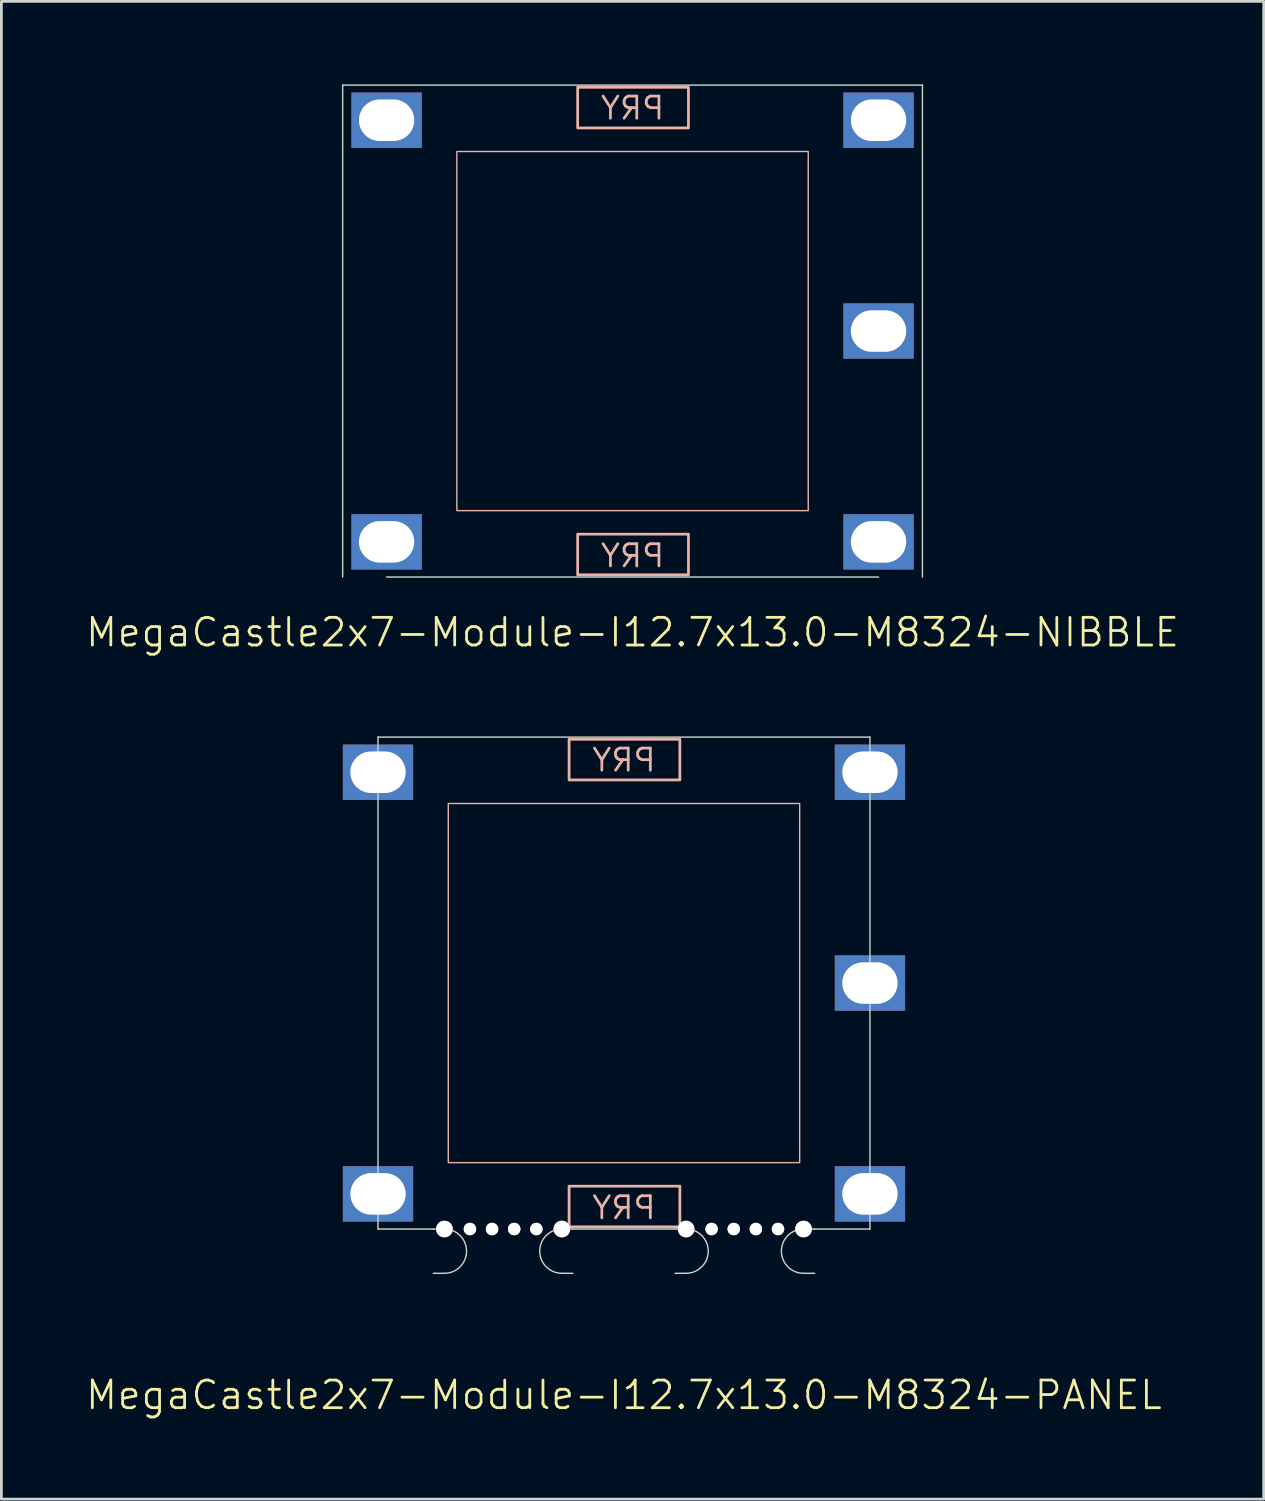
<source format=kicad_pcb>
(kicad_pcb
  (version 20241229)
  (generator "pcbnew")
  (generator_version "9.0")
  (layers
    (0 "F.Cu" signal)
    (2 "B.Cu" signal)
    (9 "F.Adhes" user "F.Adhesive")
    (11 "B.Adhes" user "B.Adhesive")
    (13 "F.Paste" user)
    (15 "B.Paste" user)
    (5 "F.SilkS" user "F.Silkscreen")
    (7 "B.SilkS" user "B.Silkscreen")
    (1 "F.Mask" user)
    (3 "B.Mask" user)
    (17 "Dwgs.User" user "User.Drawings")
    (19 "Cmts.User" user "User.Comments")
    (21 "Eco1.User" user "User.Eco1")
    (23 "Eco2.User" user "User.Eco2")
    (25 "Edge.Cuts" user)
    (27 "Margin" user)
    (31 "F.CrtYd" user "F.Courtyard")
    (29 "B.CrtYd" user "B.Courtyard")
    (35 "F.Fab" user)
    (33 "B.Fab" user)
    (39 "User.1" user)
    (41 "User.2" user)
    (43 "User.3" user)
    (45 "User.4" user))
  (footprint "MegaCastle2x7-Module-I12.7x13.0-M8324-NIBBLE"
    (layer "F.Cu")
    (at 19.812 8.915)
    (property "Reference" "MegaCastle2x7-Module-I12.7x13.0-M8324-NIBBLE" (at 0 10.89 0) (unlocked yes) (layer "F.SilkS") (effects (font (size 1 1) (thickness 0.1))))
    (attr smd)
    (fp_rect (start -6.35 6.49) (end 6.35 -6.49) (stroke (width 0.05) (type default)) (fill no) (layer "B.SilkS"))
    (fp_rect (start -1.984 -7.341) (end 2.02 -8.81) (stroke (width 0.1) (type default)) (fill no) (layer "B.SilkS"))
    (fp_rect (start -1.984 7.341) (end 2.02 8.81) (stroke (width 0.1) (type default)) (fill no) (layer "B.SilkS"))
    (fp_line (start -10.477 -8.89) (end -10.477 8.89) (stroke (width 0.05) (type default)) (layer "Edge.Cuts"))
    (fp_line (start -10.477 -8.89) (end 10.477 -8.89) (stroke (width 0.05) (type default)) (layer "Edge.Cuts"))
    (fp_line (start -8.89 8.89) (end 8.89 8.89) (stroke (width 0.05) (type default)) (layer "Edge.Cuts"))
    (fp_line (start 10.477 -8.89) (end 10.477 8.89) (stroke (width 0.05) (type default)) (layer "Edge.Cuts"))
    (fp_text user "PRY" (at 0 -7.59 0) (unlocked yes) (layer "B.SilkS") (effects (font (size 0.8 0.8) (thickness 0.1)) (justify bottom mirror)))
    (fp_text user "PRY" (at 0 8.59 0) (unlocked yes) (layer "B.SilkS") (effects (font (size 0.8 0.8) (thickness 0.1)) (justify bottom mirror)))
    (pad "1" thru_hole rect (at -8.89 -7.62) (size 2.54 2) (drill oval 2 1.5) (property pad_prop_castellated) (layers "*.Cu" "*.Mask"))
    (pad "7" thru_hole rect (at -8.89 7.62) (size 2.54 2) (drill oval 2 1.5) (property pad_prop_castellated) (layers "*.Cu" "*.Mask"))
    (pad "8" thru_hole rect (at 8.89 -7.62) (size 2.54 2) (drill oval 2 1.5) (property pad_prop_castellated) (layers "*.Cu" "*.Mask"))
    (pad "11" thru_hole rect (at 8.89 0) (size 2.54 2) (drill oval 2 1.5) (property pad_prop_castellated) (layers "*.Cu" "*.Mask"))
    (pad "14" thru_hole rect (at 8.89 7.62) (size 2.54 2) (drill oval 2 1.5) (property pad_prop_castellated) (layers "*.Cu" "*.Mask"))
    (zone (net_name "") (layer "B.Cu") (hatch edge 0.5) (connect_pads) (min_thickness 0.25) (filled_areas_thickness no) (keepout (tracks allowed) (vias allowed) (pads allowed) (copperpour allowed) (footprints not_allowed)) (placement (enabled no)) (fill) (polygon (pts (xy 10.922 17.805) (xy 10.922 0.025) (xy 13.462 0.025) (xy 13.462 17.805))))
    (zone (net_name "") (layer "B.Cu") (hatch edge 0.5) (connect_pads) (min_thickness 0.25) (filled_areas_thickness no) (keepout (tracks allowed) (vias allowed) (pads allowed) (copperpour allowed) (footprints not_allowed)) (placement (enabled no)) (fill) (polygon (pts (xy 13.462 0.025) (xy 13.462 2.425) (xy 26.162 2.425) (xy 26.162 0.025))))
    (zone (net_name "") (layer "B.Cu") (hatch edge 0.5) (connect_pads) (min_thickness 0.25) (filled_areas_thickness no) (keepout (tracks allowed) (vias allowed) (pads allowed) (copperpour allowed) (footprints not_allowed)) (placement (enabled no)) (fill) (polygon (pts (xy 13.462 17.805) (xy 13.462 15.405) (xy 26.162 15.405) (xy 26.162 17.805))))
    (zone (net_name "") (layer "B.Cu") (name "Upper Pry Zone") (hatch edge 0.5) (connect_pads) (min_thickness 0.25) (filled_areas_thickness no) (keepout (tracks not_allowed) (vias not_allowed) (pads not_allowed) (copperpour allowed) (footprints not_allowed)) (placement (enabled no)) (fill) (polygon (pts (xy 17.828 1.574) (xy 17.828 0.105) (xy 21.831 0.105) (xy 21.831 1.574))))
    (zone (net_name "") (layer "B.Cu") (name "Upper Pry Zone") (hatch edge 0.5) (connect_pads) (min_thickness 0.25) (filled_areas_thickness no) (keepout (tracks not_allowed) (vias not_allowed) (pads not_allowed) (copperpour allowed) (footprints not_allowed)) (placement (enabled no)) (fill) (polygon (pts (xy 17.828 16.256) (xy 17.828 17.725) (xy 21.831 17.725) (xy 21.831 16.256))))
    (zone (net_name "") (layer "B.Cu") (hatch edge 0.5) (connect_pads) (min_thickness 0.25) (filled_areas_thickness no) (keepout (tracks allowed) (vias allowed) (pads allowed) (copperpour allowed) (footprints not_allowed)) (placement (enabled no)) (fill) (polygon (pts (xy 28.702 17.805) (xy 28.702 0.025) (xy 26.162 0.025) (xy 26.162 17.805)))))
  (footprint "MegaCastle2x7-Module-I12.7x13.0-M8324-PANEL"
    (layer "F.Cu")
    (at 19.502 32.48)
    (property "Reference" "MegaCastle2x7-Module-I12.7x13.0-M8324-PANEL" (at 0 14.89 0) (unlocked yes) (layer "F.SilkS") (effects (font (size 1 1) (thickness 0.1))))
    (attr smd)
    (fp_rect (start -6.35 6.49) (end 6.35 -6.49) (stroke (width 0.05) (type default)) (fill no) (layer "B.SilkS"))
    (fp_rect (start -1.984 -7.341) (end 2.02 -8.81) (stroke (width 0.1) (type default)) (fill no) (layer "B.SilkS"))
    (fp_rect (start -1.984 7.341) (end 2.02 8.81) (stroke (width 0.1) (type default)) (fill no) (layer "B.SilkS"))
    (fp_line (start -8.89 -8.89) (end -8.89 8.89) (stroke (width 0.05) (type default)) (layer "Edge.Cuts"))
    (fp_line (start -8.89 -8.89) (end 8.89 -8.89) (stroke (width 0.05) (type default)) (layer "Edge.Cuts"))
    (fp_line (start -8.89 8.89) (end -6.89 8.89) (stroke (width 0.05) (type default)) (layer "Edge.Cuts"))
    (fp_line (start -6.89 8.89) (end -6.49 8.89) (stroke (width 0.05) (type default)) (layer "Edge.Cuts"))
    (fp_line (start -6.89 10.49) (end -6.49 10.49) (stroke (width 0.05) (type default)) (layer "Edge.Cuts"))
    (fp_line (start -1.845 8.89) (end -2.245 8.89) (stroke (width 0.05) (type default)) (layer "Edge.Cuts"))
    (fp_line (start -1.845 8.89) (end 1.845 8.89) (stroke (width 0.05) (type default)) (layer "Edge.Cuts"))
    (fp_line (start -1.845 10.49) (end -2.245 10.49) (stroke (width 0.05) (type default)) (layer "Edge.Cuts"))
    (fp_line (start 1.845 8.89) (end 2.245 8.89) (stroke (width 0.05) (type default)) (layer "Edge.Cuts"))
    (fp_line (start 1.845 10.49) (end 2.245 10.49) (stroke (width 0.05) (type default)) (layer "Edge.Cuts"))
    (fp_line (start 6.89 8.89) (end 6.49 8.89) (stroke (width 0.05) (type default)) (layer "Edge.Cuts"))
    (fp_line (start 6.89 8.89) (end 8.89 8.89) (stroke (width 0.05) (type default)) (layer "Edge.Cuts"))
    (fp_line (start 6.89 10.49) (end 6.49 10.49) (stroke (width 0.05) (type default)) (layer "Edge.Cuts"))
    (fp_line (start 8.89 -8.89) (end 8.89 8.89) (stroke (width 0.05) (type default)) (layer "Edge.Cuts"))
    (fp_arc (start -6.49 8.89) (mid -5.69 9.69) (end -6.49 10.49) (stroke (width 0.05) (type default)) (layer "Edge.Cuts"))
    (fp_arc (start -2.245 10.49) (mid -3.045 9.69) (end -2.245 8.89) (stroke (width 0.05) (type default)) (layer "Edge.Cuts"))
    (fp_arc (start 2.245 8.89) (mid 3.045 9.69) (end 2.245 10.49) (stroke (width 0.05) (type default)) (layer "Edge.Cuts"))
    (fp_arc (start 6.49 10.49) (mid 5.69 9.69) (end 6.49 8.89) (stroke (width 0.05) (type default)) (layer "Edge.Cuts"))
    (fp_text user "PRY" (at 0 8.59 0) (unlocked yes) (layer "B.SilkS") (effects (font (size 0.8 0.8) (thickness 0.1)) (justify bottom mirror)))
    (fp_text user "PRY" (at 0 -7.59 0) (unlocked yes) (layer "B.SilkS") (effects (font (size 0.8 0.8) (thickness 0.1)) (justify bottom mirror)))
    (pad "" np_thru_hole circle (at -6.49 8.89) (size 0.6 0.6) (drill 0.6) (layers "*.Cu" "Edge.Cuts"))
    (pad "" np_thru_hole circle (at -5.567 8.89) (size 0.45 0.45) (drill 0.45) (layers "*.Cu" "Edge.Cuts"))
    (pad "" np_thru_hole circle (at -4.768 8.89) (size 0.45 0.45) (drill 0.45) (layers "*.Cu" "Edge.Cuts"))
    (pad "" np_thru_hole circle (at -3.967 8.89) (size 0.45 0.45) (drill 0.45) (layers "*.Cu" "Edge.Cuts"))
    (pad "" np_thru_hole circle (at -3.167 8.89) (size 0.45 0.45) (drill 0.45) (layers "*.Cu" "Edge.Cuts"))
    (pad "" np_thru_hole circle (at -2.245 8.89) (size 0.6 0.6) (drill 0.6) (layers "*.Cu" "Edge.Cuts"))
    (pad "" np_thru_hole circle (at 2.245 8.89) (size 0.6 0.6) (drill 0.6) (layers "*.Cu" "Edge.Cuts"))
    (pad "" np_thru_hole circle (at 3.167 8.89) (size 0.45 0.45) (drill 0.45) (layers "*.Cu" "Edge.Cuts"))
    (pad "" np_thru_hole circle (at 3.967 8.89) (size 0.45 0.45) (drill 0.45) (layers "*.Cu" "Edge.Cuts"))
    (pad "" np_thru_hole circle (at 4.767 8.89) (size 0.45 0.45) (drill 0.45) (layers "*.Cu" "Edge.Cuts"))
    (pad "" np_thru_hole circle (at 5.567 8.89) (size 0.45 0.45) (drill 0.45) (layers "*.Cu" "Edge.Cuts"))
    (pad "" np_thru_hole circle (at 6.49 8.89) (size 0.6 0.6) (drill 0.6) (layers "*.Cu" "Edge.Cuts"))
    (pad "1" thru_hole rect (at -8.89 -7.62) (size 2.54 2) (drill oval 2 1.5) (property pad_prop_castellated) (layers "*.Cu" "*.Mask"))
    (pad "7" thru_hole rect (at -8.89 7.62) (size 2.54 2) (drill oval 2 1.5) (property pad_prop_castellated) (layers "*.Cu" "*.Mask"))
    (pad "8" thru_hole rect (at 8.89 -7.62) (size 2.54 2) (drill oval 2 1.5) (property pad_prop_castellated) (layers "*.Cu" "*.Mask"))
    (pad "11" thru_hole rect (at 8.89 0) (size 2.54 2) (drill oval 2 1.5) (property pad_prop_castellated) (layers "*.Cu" "*.Mask"))
    (pad "14" thru_hole rect (at 8.89 7.62) (size 2.54 2) (drill oval 2 1.5) (property pad_prop_castellated) (layers "*.Cu" "*.Mask"))
    (zone (net_name "") (layer "B.Cu") (hatch edge 0.5) (connect_pads) (min_thickness 0.25) (filled_areas_thickness no) (keepout (tracks allowed) (vias allowed) (pads allowed) (copperpour allowed) (footprints not_allowed)) (placement (enabled no)) (fill) (polygon (pts (xy 10.612 41.37) (xy 10.612 23.59) (xy 13.152 23.59) (xy 13.152 41.37))))
    (zone (net_name "") (layer "B.Cu") (hatch edge 0.5) (connect_pads) (min_thickness 0.25) (filled_areas_thickness no) (keepout (tracks allowed) (vias allowed) (pads allowed) (copperpour allowed) (footprints not_allowed)) (placement (enabled no)) (fill) (polygon (pts (xy 13.152 23.59) (xy 13.152 25.991) (xy 25.852 25.991) (xy 25.852 23.59))))
    (zone (net_name "") (layer "B.Cu") (hatch edge 0.5) (connect_pads) (min_thickness 0.25) (filled_areas_thickness no) (keepout (tracks allowed) (vias allowed) (pads allowed) (copperpour allowed) (footprints not_allowed)) (placement (enabled no)) (fill) (polygon (pts (xy 13.152 41.37) (xy 13.152 38.971) (xy 25.852 38.971) (xy 25.852 41.37))))
    (zone (net_name "") (layer "B.Cu") (name "Upper Pry Zone") (hatch edge 0.5) (connect_pads) (min_thickness 0.25) (filled_areas_thickness no) (keepout (tracks not_allowed) (vias not_allowed) (pads not_allowed) (copperpour allowed) (footprints not_allowed)) (placement (enabled no)) (fill) (polygon (pts (xy 17.518 25.139) (xy 17.518 23.671) (xy 21.522 23.671) (xy 21.522 25.139))))
    (zone (net_name "") (layer "B.Cu") (name "Upper Pry Zone") (hatch edge 0.5) (connect_pads) (min_thickness 0.25) (filled_areas_thickness no) (keepout (tracks not_allowed) (vias not_allowed) (pads not_allowed) (copperpour allowed) (footprints not_allowed)) (placement (enabled no)) (fill) (polygon (pts (xy 17.518 39.822) (xy 17.518 41.291) (xy 21.522 41.291) (xy 21.522 39.822))))
    (zone (net_name "") (layer "B.Cu") (hatch edge 0.5) (connect_pads) (min_thickness 0.25) (filled_areas_thickness no) (keepout (tracks allowed) (vias allowed) (pads allowed) (copperpour allowed) (footprints not_allowed)) (placement (enabled no)) (fill) (polygon (pts (xy 28.392 41.37) (xy 28.392 23.59) (xy 25.852 23.59) (xy 25.852 41.37)))))
  (gr_rect
    (start -3 -3)
    (end 42.624 51.131)
    (stroke (width 0.1) (type default))
    (fill no)
    (layer "Edge.Cuts")))
</source>
